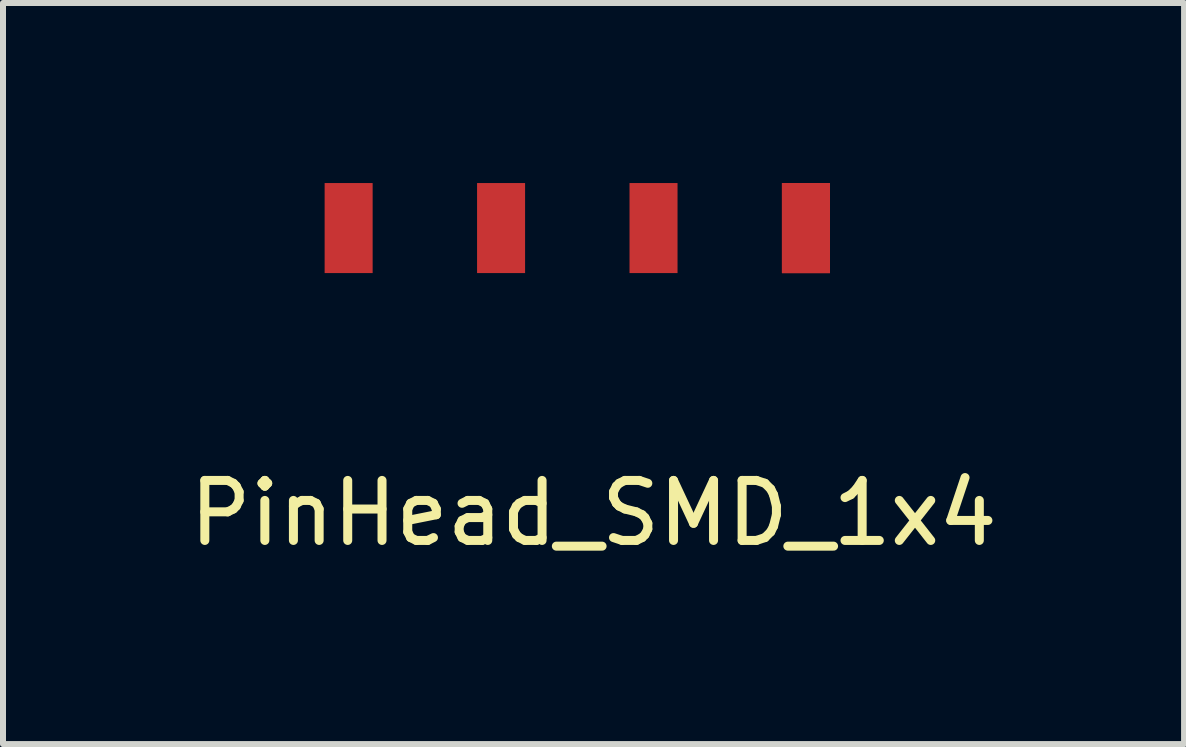
<source format=kicad_pcb>
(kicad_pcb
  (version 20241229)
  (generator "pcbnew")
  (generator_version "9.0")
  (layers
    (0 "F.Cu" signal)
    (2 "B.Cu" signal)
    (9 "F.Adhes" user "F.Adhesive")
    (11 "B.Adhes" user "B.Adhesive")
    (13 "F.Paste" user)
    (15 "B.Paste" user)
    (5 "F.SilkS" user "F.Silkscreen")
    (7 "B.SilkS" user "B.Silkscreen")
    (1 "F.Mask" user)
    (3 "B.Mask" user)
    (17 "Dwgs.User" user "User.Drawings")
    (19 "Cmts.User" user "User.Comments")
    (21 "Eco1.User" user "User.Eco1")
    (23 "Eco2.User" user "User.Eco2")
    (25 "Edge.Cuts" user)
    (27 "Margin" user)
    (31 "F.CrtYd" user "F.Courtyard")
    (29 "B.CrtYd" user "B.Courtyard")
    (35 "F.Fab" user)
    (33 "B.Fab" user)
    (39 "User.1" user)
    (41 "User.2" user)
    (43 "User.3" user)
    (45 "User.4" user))
  (footprint "PinHead_SMD_1x4"
    (layer "F.Cu")
    (at 6.589 0.75)
    (property "Reference" "PinHead_SMD_1x4" (at 0.25 4.75 0) (layer "F.SilkS") (effects (font (size 1 1) (thickness 0.15))))
    (attr through_hole)
    (pad "1" smd rect (at -3.83 0) (size 0.8 1.5) (layers "F.Cu" "F.Mask" "F.Paste"))
    (pad "2" smd rect (at -1.29 0) (size 0.8 1.5) (layers "F.Cu" "F.Mask" "F.Paste"))
    (pad "3" smd rect (at 1.25 0) (size 0.8 1.5) (layers "F.Cu" "F.Mask" "F.Paste"))
    (pad "4" smd rect (at 3.79 0) (size 0.8 1.5) (layers "F.Cu" "F.Mask" "F.Paste"))
    (pad "4" smd rect (at 3.79 0) (size 0.8 1.5) (layers "F.Cu" "F.Mask" "F.Paste"))
    (pad "4" smd rect (at 3.79 0) (size 0.8 1.5) (layers "F.Cu" "F.Mask" "F.Paste"))
    (pad "4" smd rect (at 3.79 0) (size 0.8 1.5) (layers "F.Cu" "F.Mask" "F.Paste")))
  (gr_rect
    (start -3 -3)
    (end 16.679 9.348)
    (stroke (width 0.1) (type default))
    (fill no)
    (layer "Edge.Cuts")))
</source>
